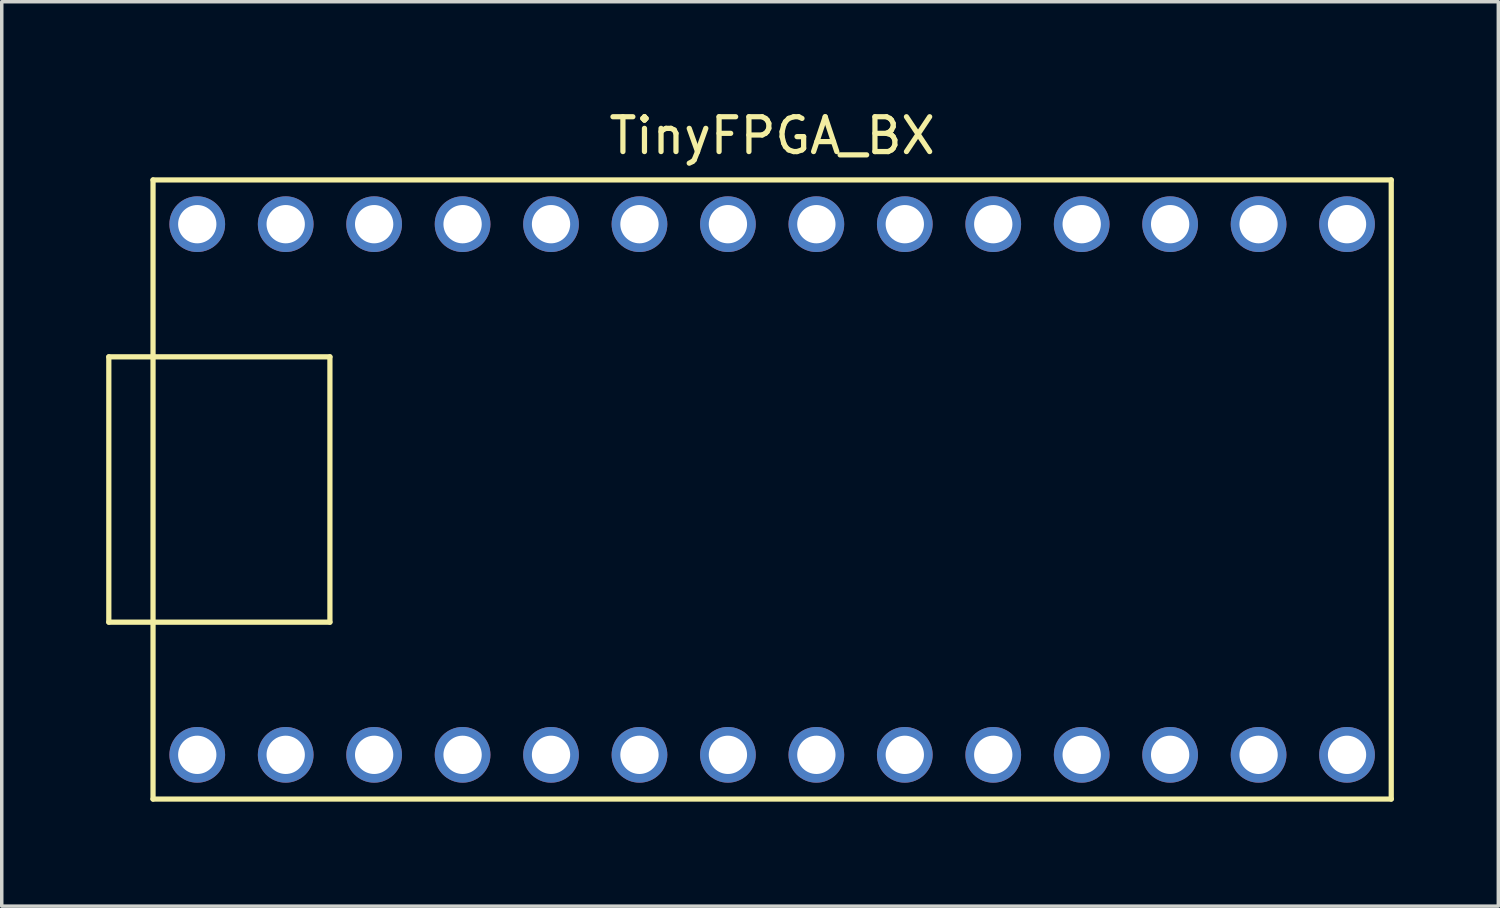
<source format=kicad_pcb>
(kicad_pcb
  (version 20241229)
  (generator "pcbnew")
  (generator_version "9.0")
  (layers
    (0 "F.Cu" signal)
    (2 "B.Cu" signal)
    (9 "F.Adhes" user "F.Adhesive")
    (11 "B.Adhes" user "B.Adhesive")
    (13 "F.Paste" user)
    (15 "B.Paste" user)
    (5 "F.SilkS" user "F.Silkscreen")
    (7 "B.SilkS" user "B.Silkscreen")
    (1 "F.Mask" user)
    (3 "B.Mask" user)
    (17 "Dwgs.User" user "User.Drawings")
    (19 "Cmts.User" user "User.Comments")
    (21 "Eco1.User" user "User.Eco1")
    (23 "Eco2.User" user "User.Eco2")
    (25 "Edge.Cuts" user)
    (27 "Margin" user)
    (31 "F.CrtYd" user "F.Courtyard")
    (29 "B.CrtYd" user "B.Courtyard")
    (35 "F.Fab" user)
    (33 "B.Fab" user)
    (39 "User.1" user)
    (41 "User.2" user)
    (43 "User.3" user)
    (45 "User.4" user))
  (footprint "TinyFPGA_BX"
    (layer "F.Cu")
    (at 19.125 11.008)
    (property "Reference" "TinyFPGA_BX" (at 0 -10.16 0) (layer "F.SilkS") (effects (font (size 1 1) (thickness 0.15))))
    (attr through_hole)
    (fp_line (start -19.05 -3.81) (end -17.78 -3.81) (stroke (width 0.15) (type solid)) (layer "F.SilkS"))
    (fp_line (start -19.05 3.81) (end -19.05 -3.81) (stroke (width 0.15) (type solid)) (layer "F.SilkS"))
    (fp_line (start -17.78 -8.89) (end 17.78 -8.89) (stroke (width 0.15) (type solid)) (layer "F.SilkS"))
    (fp_line (start -17.78 3.81) (end -19.05 3.81) (stroke (width 0.15) (type solid)) (layer "F.SilkS"))
    (fp_line (start -17.78 8.89) (end -17.78 -8.89) (stroke (width 0.15) (type solid)) (layer "F.SilkS"))
    (fp_line (start -12.7 -3.81) (end -17.78 -3.81) (stroke (width 0.15) (type solid)) (layer "F.SilkS"))
    (fp_line (start -12.7 3.81) (end -17.78 3.81) (stroke (width 0.15) (type solid)) (layer "F.SilkS"))
    (fp_line (start -12.7 3.81) (end -12.7 -3.81) (stroke (width 0.15) (type solid)) (layer "F.SilkS"))
    (fp_line (start 17.78 -8.89) (end 17.78 8.89) (stroke (width 0.15) (type solid)) (layer "F.SilkS"))
    (fp_line (start 17.78 8.89) (end -17.78 8.89) (stroke (width 0.15) (type solid)) (layer "F.SilkS"))
    (pad "1" thru_hole circle (at -16.51 7.62) (size 1.6 1.6) (drill 1.1) (layers "*.Cu" "*.Mask"))
    (pad "2" thru_hole circle (at -13.97 7.62) (size 1.6 1.6) (drill 1.1) (layers "*.Cu" "*.Mask"))
    (pad "3" thru_hole circle (at -11.43 7.62) (size 1.6 1.6) (drill 1.1) (layers "*.Cu" "*.Mask"))
    (pad "4" thru_hole circle (at -8.89 7.62) (size 1.6 1.6) (drill 1.1) (layers "*.Cu" "*.Mask"))
    (pad "5" thru_hole circle (at -6.35 7.62) (size 1.6 1.6) (drill 1.1) (layers "*.Cu" "*.Mask"))
    (pad "6" thru_hole circle (at -3.81 7.62) (size 1.6 1.6) (drill 1.1) (layers "*.Cu" "*.Mask"))
    (pad "7" thru_hole circle (at -1.27 7.62) (size 1.6 1.6) (drill 1.1) (layers "*.Cu" "*.Mask"))
    (pad "8" thru_hole circle (at 1.27 7.62) (size 1.6 1.6) (drill 1.1) (layers "*.Cu" "*.Mask"))
    (pad "9" thru_hole circle (at 3.81 7.62) (size 1.6 1.6) (drill 1.1) (layers "*.Cu" "*.Mask"))
    (pad "10" thru_hole circle (at 6.35 7.62) (size 1.6 1.6) (drill 1.1) (layers "*.Cu" "*.Mask"))
    (pad "11" thru_hole circle (at 8.89 7.62) (size 1.6 1.6) (drill 1.1) (layers "*.Cu" "*.Mask"))
    (pad "12" thru_hole circle (at 11.43 7.62) (size 1.6 1.6) (drill 1.1) (layers "*.Cu" "*.Mask"))
    (pad "13" thru_hole circle (at 13.97 7.62) (size 1.6 1.6) (drill 1.1) (layers "*.Cu" "*.Mask"))
    (pad "14" thru_hole circle (at 16.51 7.62) (size 1.6 1.6) (drill 1.1) (layers "*.Cu" "*.Mask"))
    (pad "15" thru_hole circle (at 16.51 -7.62) (size 1.6 1.6) (drill 1.1) (layers "*.Cu" "*.Mask"))
    (pad "16" thru_hole circle (at 13.97 -7.62) (size 1.6 1.6) (drill 1.1) (layers "*.Cu" "*.Mask"))
    (pad "17" thru_hole circle (at 11.43 -7.62) (size 1.6 1.6) (drill 1.1) (layers "*.Cu" "*.Mask"))
    (pad "18" thru_hole circle (at 8.89 -7.62) (size 1.6 1.6) (drill 1.1) (layers "*.Cu" "*.Mask"))
    (pad "19" thru_hole circle (at 6.35 -7.62) (size 1.6 1.6) (drill 1.1) (layers "*.Cu" "*.Mask"))
    (pad "20" thru_hole circle (at 3.81 -7.62) (size 1.6 1.6) (drill 1.1) (layers "*.Cu" "*.Mask"))
    (pad "21" thru_hole circle (at 1.27 -7.62) (size 1.6 1.6) (drill 1.1) (layers "*.Cu" "*.Mask"))
    (pad "22" thru_hole circle (at -1.27 -7.62) (size 1.6 1.6) (drill 1.1) (layers "*.Cu" "*.Mask"))
    (pad "23" thru_hole circle (at -3.81 -7.62) (size 1.6 1.6) (drill 1.1) (layers "*.Cu" "*.Mask"))
    (pad "24" thru_hole circle (at -6.35 -7.62) (size 1.6 1.6) (drill 1.1) (layers "*.Cu" "*.Mask"))
    (pad "25" thru_hole circle (at -8.89 -7.62) (size 1.6 1.6) (drill 1.1) (layers "*.Cu" "*.Mask"))
    (pad "26" thru_hole circle (at -11.43 -7.62) (size 1.6 1.6) (drill 1.1) (layers "*.Cu" "*.Mask"))
    (pad "27" thru_hole circle (at -13.97 -7.62) (size 1.6 1.6) (drill 1.1) (layers "*.Cu" "*.Mask"))
    (pad "28" thru_hole circle (at -16.51 -7.62) (size 1.6 1.6) (drill 1.1) (layers "*.Cu" "*.Mask")))
  (gr_rect
    (start -3 -3)
    (end 39.98 22.973)
    (stroke (width 0.1) (type default))
    (fill no)
    (layer "Edge.Cuts")))
</source>
